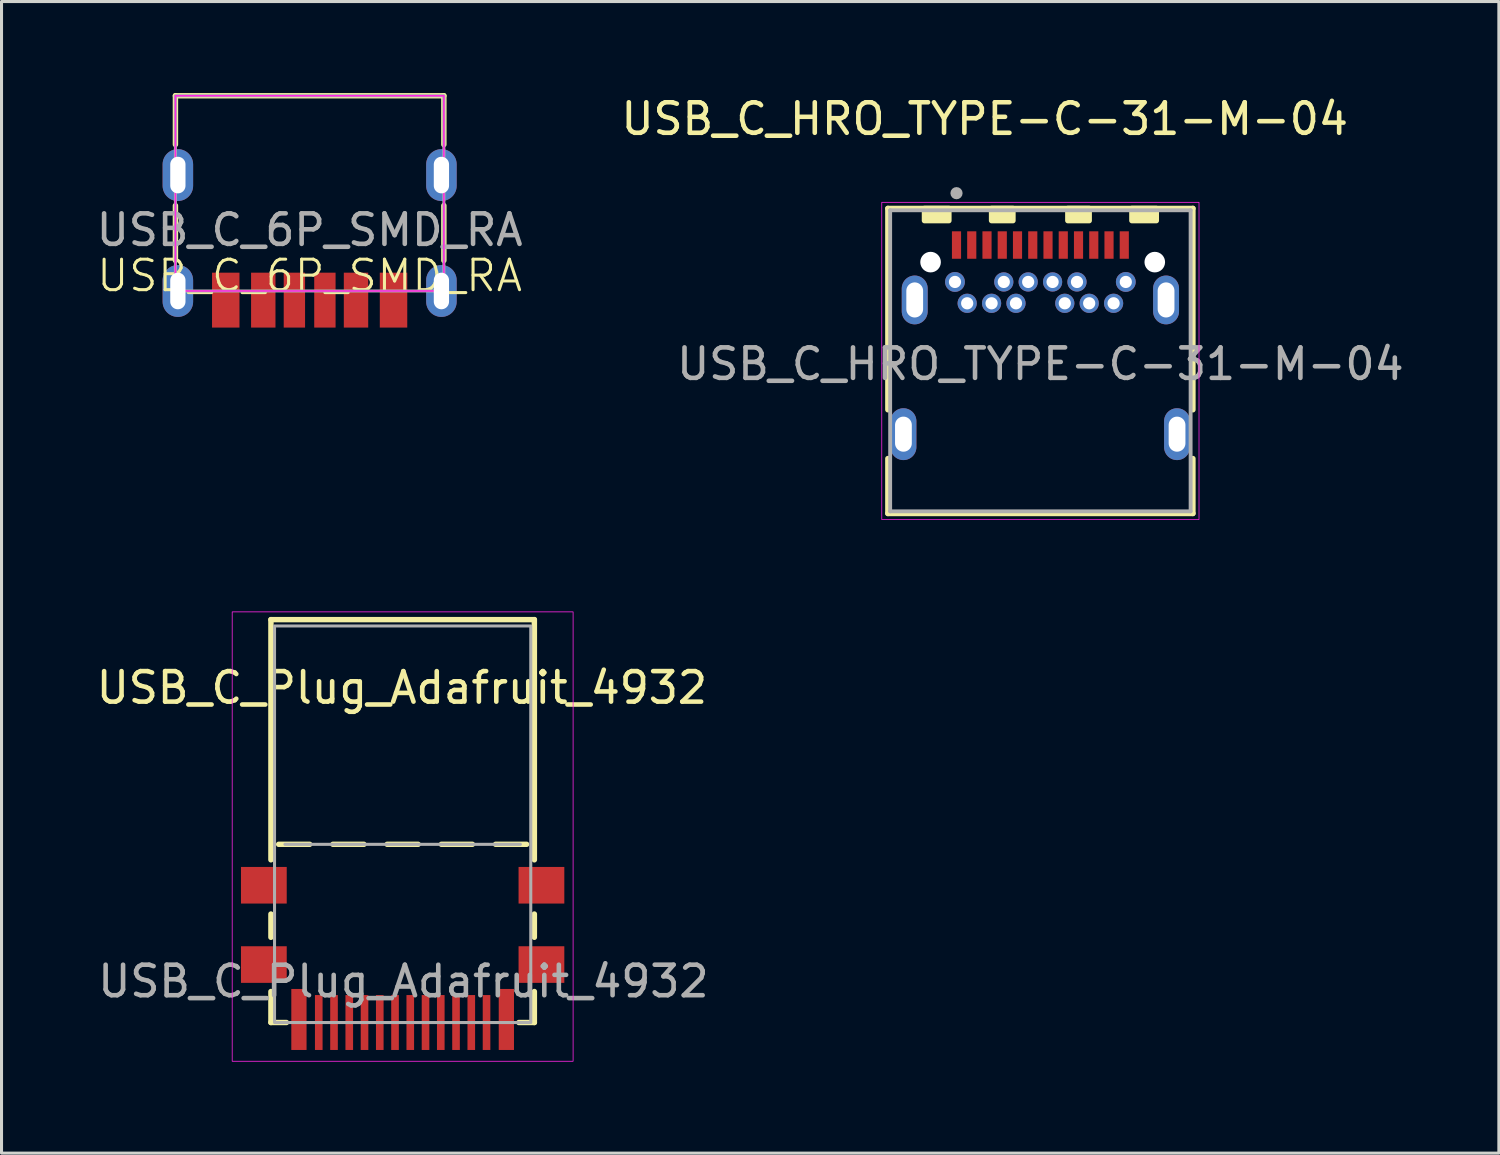
<source format=kicad_pcb>
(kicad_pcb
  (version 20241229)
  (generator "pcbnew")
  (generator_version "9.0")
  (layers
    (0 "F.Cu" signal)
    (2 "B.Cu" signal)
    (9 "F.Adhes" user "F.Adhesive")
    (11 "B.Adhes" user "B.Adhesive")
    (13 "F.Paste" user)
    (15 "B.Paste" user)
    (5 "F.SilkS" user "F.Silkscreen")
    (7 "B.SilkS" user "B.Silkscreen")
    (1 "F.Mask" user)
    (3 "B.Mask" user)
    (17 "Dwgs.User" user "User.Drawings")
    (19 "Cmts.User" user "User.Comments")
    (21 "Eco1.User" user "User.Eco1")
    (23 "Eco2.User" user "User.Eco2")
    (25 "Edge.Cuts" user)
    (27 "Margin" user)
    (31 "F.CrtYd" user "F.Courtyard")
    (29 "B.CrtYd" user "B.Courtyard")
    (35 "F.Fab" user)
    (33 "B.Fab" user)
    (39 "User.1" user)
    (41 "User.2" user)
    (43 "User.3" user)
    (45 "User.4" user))
  (footprint "USB_C_6P_SMD_RA"
    (layer "F.Cu")
    (at 7.101 6.489)
    (property "Reference" "USB_C_6P_SMD_RA" (at 0 -0.5 0) (unlocked yes) (layer "F.SilkS") (effects (font (size 1 1) (thickness 0.1))))
    (attr smd)
    (fp_line (start -4.4 -6.4) (end -4.4 -4.8) (stroke (width 0.178) (type default)) (layer "F.SilkS"))
    (fp_line (start -4.4 -6.4) (end 4.4 -6.4) (stroke (width 0.178) (type default)) (layer "F.SilkS"))
    (fp_line (start -4.4 -2.8) (end -4.4 -1) (stroke (width 0.178) (type default)) (layer "F.SilkS"))
    (fp_line (start 4.4 -6.4) (end 4.4 -4.8) (stroke (width 0.178) (type default)) (layer "F.SilkS"))
    (fp_line (start 4.4 -2.8) (end 4.4 -1) (stroke (width 0.178) (type default)) (layer "F.SilkS"))
    (fp_rect (start -4.4 -6.4) (end 4.4 0) (stroke (width 0.05) (type default)) (fill no) (layer "F.CrtYd"))
    (fp_rect (start -4.4 -6.4) (end 4.4 0) (stroke (width 0.1) (type default)) (fill no) (layer "F.Fab"))
    (fp_text user "${REFERENCE}" (at 0 -2 0) (unlocked yes) (layer "F.Fab") (effects (font (size 1 1) (thickness 0.15))))
    (pad "A5" smd rect (at 0.5 0.3) (size 0.7 1.8) (layers "F.Cu" "F.Mask" "F.Paste"))
    (pad "A9" smd rect (at -1.52 0.3) (size 0.8 1.8) (layers "F.Cu" "F.Mask" "F.Paste"))
    (pad "A12" smd rect (at -2.75 0.3) (size 0.9 1.8) (layers "F.Cu" "F.Mask" "F.Paste"))
    (pad "B5" smd rect (at -0.5 0.3) (size 0.7 1.8) (layers "F.Cu" "F.Mask" "F.Paste"))
    (pad "B9" smd rect (at 1.52 0.3) (size 0.8 1.8) (layers "F.Cu" "F.Mask" "F.Paste"))
    (pad "B12" smd rect (at 2.75 0.3) (size 0.9 1.8) (layers "F.Cu" "F.Mask" "F.Paste"))
    (pad "SH" thru_hole oval (at -4.32 -3.8) (size 1 1.7) (drill oval 0.5 1.2) (layers "*.Cu" "*.Mask"))
    (pad "SH" thru_hole oval (at -4.32 0) (size 1 1.7) (drill oval 0.5 1.2) (layers "*.Cu" "*.Mask"))
    (pad "SH" thru_hole oval (at 4.32 -3.8) (size 1 1.7) (drill oval 0.5 1.2) (layers "*.Cu" "*.Mask"))
    (pad "SH" thru_hole oval (at 4.32 0) (size 1 1.7) (drill oval 0.5 1.2) (layers "*.Cu" "*.Mask")))
  (footprint "USB_C_Plug_Adafruit_4932"
    (layer "F.Cu")
    (at 10.15 30.471)
    (property "Reference" "USB_C_Plug_Adafruit_4932" (at -0.025 -10.975 0) (layer "F.SilkS") (effects (font (size 1 1) (thickness 0.15))))
    (attr smd)
    (fp_line (start -4.318 -13.208) (end -4.318 -5.334) (stroke (width 0.178) (type solid)) (layer "F.SilkS"))
    (fp_line (start -4.318 -3.556) (end -4.318 -2.794) (stroke (width 0.178) (type solid)) (layer "F.SilkS"))
    (fp_line (start -4.318 -1.016) (end -4.318 0) (stroke (width 0.178) (type solid)) (layer "F.SilkS"))
    (fp_line (start -4.318 0) (end -3.81 0) (stroke (width 0.178) (type solid)) (layer "F.SilkS"))
    (fp_line (start -4.064 -5.842) (end -3.048 -5.842) (stroke (width 0.178) (type solid)) (layer "F.SilkS"))
    (fp_line (start -2.286 -5.842) (end -1.27 -5.842) (stroke (width 0.178) (type solid)) (layer "F.SilkS"))
    (fp_line (start -0.508 -5.842) (end 0.508 -5.842) (stroke (width 0.178) (type solid)) (layer "F.SilkS"))
    (fp_line (start 1.27 -5.842) (end 2.286 -5.842) (stroke (width 0.178) (type solid)) (layer "F.SilkS"))
    (fp_line (start 3.048 -5.842) (end 4.064 -5.842) (stroke (width 0.178) (type solid)) (layer "F.SilkS"))
    (fp_line (start 3.81 0) (end 4.318 0) (stroke (width 0.178) (type solid)) (layer "F.SilkS"))
    (fp_line (start 4.318 -13.208) (end -4.318 -13.208) (stroke (width 0.178) (type solid)) (layer "F.SilkS"))
    (fp_line (start 4.318 -5.334) (end 4.318 -13.208) (stroke (width 0.178) (type solid)) (layer "F.SilkS"))
    (fp_line (start 4.318 -2.794) (end 4.318 -3.556) (stroke (width 0.178) (type solid)) (layer "F.SilkS"))
    (fp_line (start 4.318 0) (end 4.318 -1.016) (stroke (width 0.178) (type solid)) (layer "F.SilkS"))
    (fp_rect (start -5.588 1.27) (end 5.588 -13.462) (stroke (width 0.025) (type solid)) (fill no) (layer "F.CrtYd"))
    (fp_line (start -3.86 -5.842) (end 3.86 -5.842) (stroke (width 0.1) (type solid)) (layer "F.Fab"))
    (fp_rect (start -4.2 0) (end 4.2 -13) (stroke (width 0.1) (type solid)) (fill no) (layer "F.Fab"))
    (fp_text user "${REFERENCE}" (at 0.025 -1.35 0) (layer "F.Fab") (effects (font (size 1 1) (thickness 0.15))))
    (pad "A1" smd rect (at -2.75 0) (size 0.25 1.8) (layers "F.Cu" "F.Mask" "F.Paste"))
    (pad "A4" smd rect (at -1.25 0) (size 0.25 1.8) (layers "F.Cu" "F.Mask" "F.Paste"))
    (pad "A5" smd rect (at -0.75 0) (size 0.25 1.8) (layers "F.Cu" "F.Mask" "F.Paste"))
    (pad "A6" smd rect (at -0.25 0) (size 0.25 1.8) (layers "F.Cu" "F.Mask" "F.Paste"))
    (pad "A7" smd rect (at 0.25 0) (size 0.25 1.8) (layers "F.Cu" "F.Mask" "F.Paste"))
    (pad "A10" smd rect (at 1.75 0) (size 0.25 1.8) (layers "F.Cu" "F.Mask" "F.Paste"))
    (pad "A11" smd rect (at 2.25 0) (size 0.25 1.8) (layers "F.Cu" "F.Mask" "F.Paste"))
    (pad "B2" smd rect (at 2.75 0) (size 0.25 1.8) (layers "F.Cu" "F.Mask" "F.Paste"))
    (pad "B3" smd rect (at 1.25 0) (size 0.25 1.8) (layers "F.Cu" "F.Mask" "F.Paste"))
    (pad "B5" smd rect (at 0.75 0) (size 0.25 1.8) (layers "F.Cu" "F.Mask" "F.Paste"))
    (pad "B9" smd rect (at -1.75 0) (size 0.25 1.8) (layers "F.Cu" "F.Mask" "F.Paste"))
    (pad "B12" smd rect (at -2.25 0) (size 0.25 1.8) (layers "F.Cu" "F.Mask" "F.Paste"))
    (pad "SH" smd rect (at -4.55 -4.5) (size 1.5 1.2) (layers "F.Cu" "F.Mask" "F.Paste"))
    (pad "SH" smd rect (at -4.55 -1.9) (size 1.5 1.2) (layers "F.Cu" "F.Mask" "F.Paste"))
    (pad "SH" smd rect (at -3.4 -0.1) (size 0.5 2) (layers "F.Cu" "F.Mask" "F.Paste"))
    (pad "SH" smd rect (at 3.4 -0.1) (size 0.5 2) (layers "F.Cu" "F.Mask" "F.Paste"))
    (pad "SH" smd rect (at 4.55 -4.5) (size 1.5 1.2) (layers "F.Cu" "F.Mask" "F.Paste"))
    (pad "SH" smd rect (at 4.55 -1.9) (size 1.5 1.2) (layers "F.Cu" "F.Mask" "F.Paste")))
  (footprint "USB_C_HRO_TYPE-C-31-M-04"
    (layer "F.Cu")
    (at 31.057 4.983)
    (property "Reference" "USB_C_HRO_TYPE-C-31-M-04" (at -1.825 -4.135 0) (layer "F.SilkS") (effects (font (size 1 1) (thickness 0.15))))
    (attr smd)
    (fp_line (start -5 -1.2) (end 5 -1.2) (stroke (width 0.178) (type solid)) (layer "F.SilkS"))
    (fp_line (start -5 5.4) (end -5 -1.2) (stroke (width 0.178) (type solid)) (layer "F.SilkS"))
    (fp_line (start -5 8.8) (end -5 7) (stroke (width 0.178) (type solid)) (layer "F.SilkS"))
    (fp_line (start -5 8.8) (end 5 8.8) (stroke (width 0.178) (type solid)) (layer "F.SilkS"))
    (fp_line (start 5 5.4) (end 5 -1.2) (stroke (width 0.178) (type solid)) (layer "F.SilkS"))
    (fp_line (start 5 8.8) (end 5 7) (stroke (width 0.178) (type solid)) (layer "F.SilkS"))
    (fp_rect (start -3.8 -1.2) (end -3 -0.8) (stroke (width 0.178) (type solid)) (fill yes) (layer "F.SilkS"))
    (fp_rect (start -1.6 -1.2) (end -0.9 -0.8) (stroke (width 0.178) (type solid)) (fill yes) (layer "F.SilkS"))
    (fp_rect (start 0.9 -1.2) (end 1.6 -0.8) (stroke (width 0.178) (type solid)) (fill yes) (layer "F.SilkS"))
    (fp_rect (start 3 -1.2) (end 3.8 -0.8) (stroke (width 0.178) (type solid)) (fill yes) (layer "F.SilkS"))
    (fp_rect (start -5.2 -1.4) (end 5.2 9) (stroke (width 0.025) (type solid)) (fill no) (layer "F.CrtYd"))
    (fp_line (start -4.925 8.73) (end -4.925 -1.14) (stroke (width 0.127) (type solid)) (layer "F.Fab"))
    (fp_line (start -4.925 8.73) (end 4.925 8.73) (stroke (width 0.127) (type solid)) (layer "F.Fab"))
    (fp_line (start 4.925 -1.14) (end -4.925 -1.14) (stroke (width 0.127) (type solid)) (layer "F.Fab"))
    (fp_line (start 4.925 8.73) (end 4.925 -1.14) (stroke (width 0.127) (type solid)) (layer "F.Fab"))
    (fp_circle (center -2.75 -1.7) (end -2.65 -1.7) (stroke (width 0.2) (type solid)) (fill no) (layer "F.Fab"))
    (fp_text user "${REFERENCE}" (at 0 3.9 0) (unlocked yes) (layer "F.Fab") (effects (font (size 1 1) (thickness 0.15))))
    (pad "" np_thru_hole circle (at -3.6 0.56) (size 0.675 0.675) (drill 0.675) (layers "*.Cu" "*.Mask"))
    (pad "" np_thru_hole circle (at 3.75 0.56) (size 0.675 0.675) (drill 0.675) (layers "*.Cu" "*.Mask"))
    (pad "A1" smd rect (at -2.75 0) (size 0.3 0.9) (layers "F.Cu" "F.Mask" "F.Paste"))
    (pad "A2" smd rect (at -2.25 0) (size 0.3 0.9) (layers "F.Cu" "F.Mask" "F.Paste"))
    (pad "A3" smd rect (at -1.75 0) (size 0.3 0.9) (layers "F.Cu" "F.Mask" "F.Paste"))
    (pad "A4" smd rect (at -1.25 0) (size 0.3 0.9) (layers "F.Cu" "F.Mask" "F.Paste"))
    (pad "A5" smd rect (at -0.75 0) (size 0.3 0.9) (layers "F.Cu" "F.Mask" "F.Paste"))
    (pad "A6" smd rect (at -0.25 0) (size 0.3 0.9) (layers "F.Cu" "F.Mask" "F.Paste"))
    (pad "A7" smd rect (at 0.25 0) (size 0.3 0.9) (layers "F.Cu" "F.Mask" "F.Paste"))
    (pad "A8" smd rect (at 0.75 0) (size 0.3 0.9) (layers "F.Cu" "F.Mask" "F.Paste"))
    (pad "A9" smd rect (at 1.25 0) (size 0.3 0.9) (layers "F.Cu" "F.Mask" "F.Paste"))
    (pad "A10" smd rect (at 1.75 0) (size 0.3 0.9) (layers "F.Cu" "F.Mask" "F.Paste"))
    (pad "A11" smd rect (at 2.25 0) (size 0.3 0.9) (layers "F.Cu" "F.Mask" "F.Paste"))
    (pad "A12" smd rect (at 2.75 0) (size 0.3 0.9) (layers "F.Cu" "F.Mask" "F.Paste"))
    (pad "B1" thru_hole circle (at 2.8 1.21) (size 0.65 0.65) (drill 0.4) (layers "*.Cu" "*.Mask"))
    (pad "B2" thru_hole circle (at 2.4 1.91) (size 0.63 0.63) (drill 0.4) (layers "*.Cu" "*.Mask"))
    (pad "B3" thru_hole circle (at 1.6 1.91) (size 0.63 0.63) (drill 0.4) (layers "*.Cu" "*.Mask"))
    (pad "B4" thru_hole circle (at 1.2 1.21) (size 0.63 0.63) (drill 0.4) (layers "*.Cu" "*.Mask"))
    (pad "B5" thru_hole circle (at 0.8 1.91) (size 0.63 0.63) (drill 0.4) (layers "*.Cu" "*.Mask"))
    (pad "B6" thru_hole circle (at 0.4 1.21) (size 0.63 0.63) (drill 0.4) (layers "*.Cu" "*.Mask"))
    (pad "B7" thru_hole circle (at -0.4 1.21) (size 0.63 0.63) (drill 0.4) (layers "*.Cu" "*.Mask"))
    (pad "B8" thru_hole circle (at -0.8 1.91) (size 0.63 0.63) (drill 0.4) (layers "*.Cu" "*.Mask"))
    (pad "B9" thru_hole circle (at -1.2 1.21) (size 0.63 0.63) (drill 0.4) (layers "*.Cu" "*.Mask"))
    (pad "B10" thru_hole circle (at -1.6 1.91) (size 0.63 0.63) (drill 0.4) (layers "*.Cu" "*.Mask"))
    (pad "B11" thru_hole circle (at -2.4 1.91) (size 0.63 0.63) (drill 0.4) (layers "*.Cu" "*.Mask"))
    (pad "B12" thru_hole circle (at -2.8 1.21) (size 0.65 0.65) (drill 0.4) (layers "*.Cu" "*.Mask"))
    (pad "SH" thru_hole oval (at -4.49 6.2) (size 0.85 1.7) (drill oval 0.55 1.15) (layers "*.Cu" "*.Mask"))
    (pad "SH" thru_hole oval (at -4.12 1.8) (size 0.85 1.6) (drill oval 0.55 1.15) (layers "*.Cu" "*.Mask"))
    (pad "SH" thru_hole oval (at 4.12 1.8) (size 0.85 1.6) (drill oval 0.55 1.15) (layers "*.Cu" "*.Mask"))
    (pad "SH" thru_hole oval (at 4.48 6.2) (size 0.85 1.7) (drill oval 0.55 1.15) (layers "*.Cu" "*.Mask")))
  (gr_rect
    (start -3 -3)
    (end 46.087 34.753)
    (stroke (width 0.1) (type default))
    (fill no)
    (layer "Edge.Cuts")))
</source>
